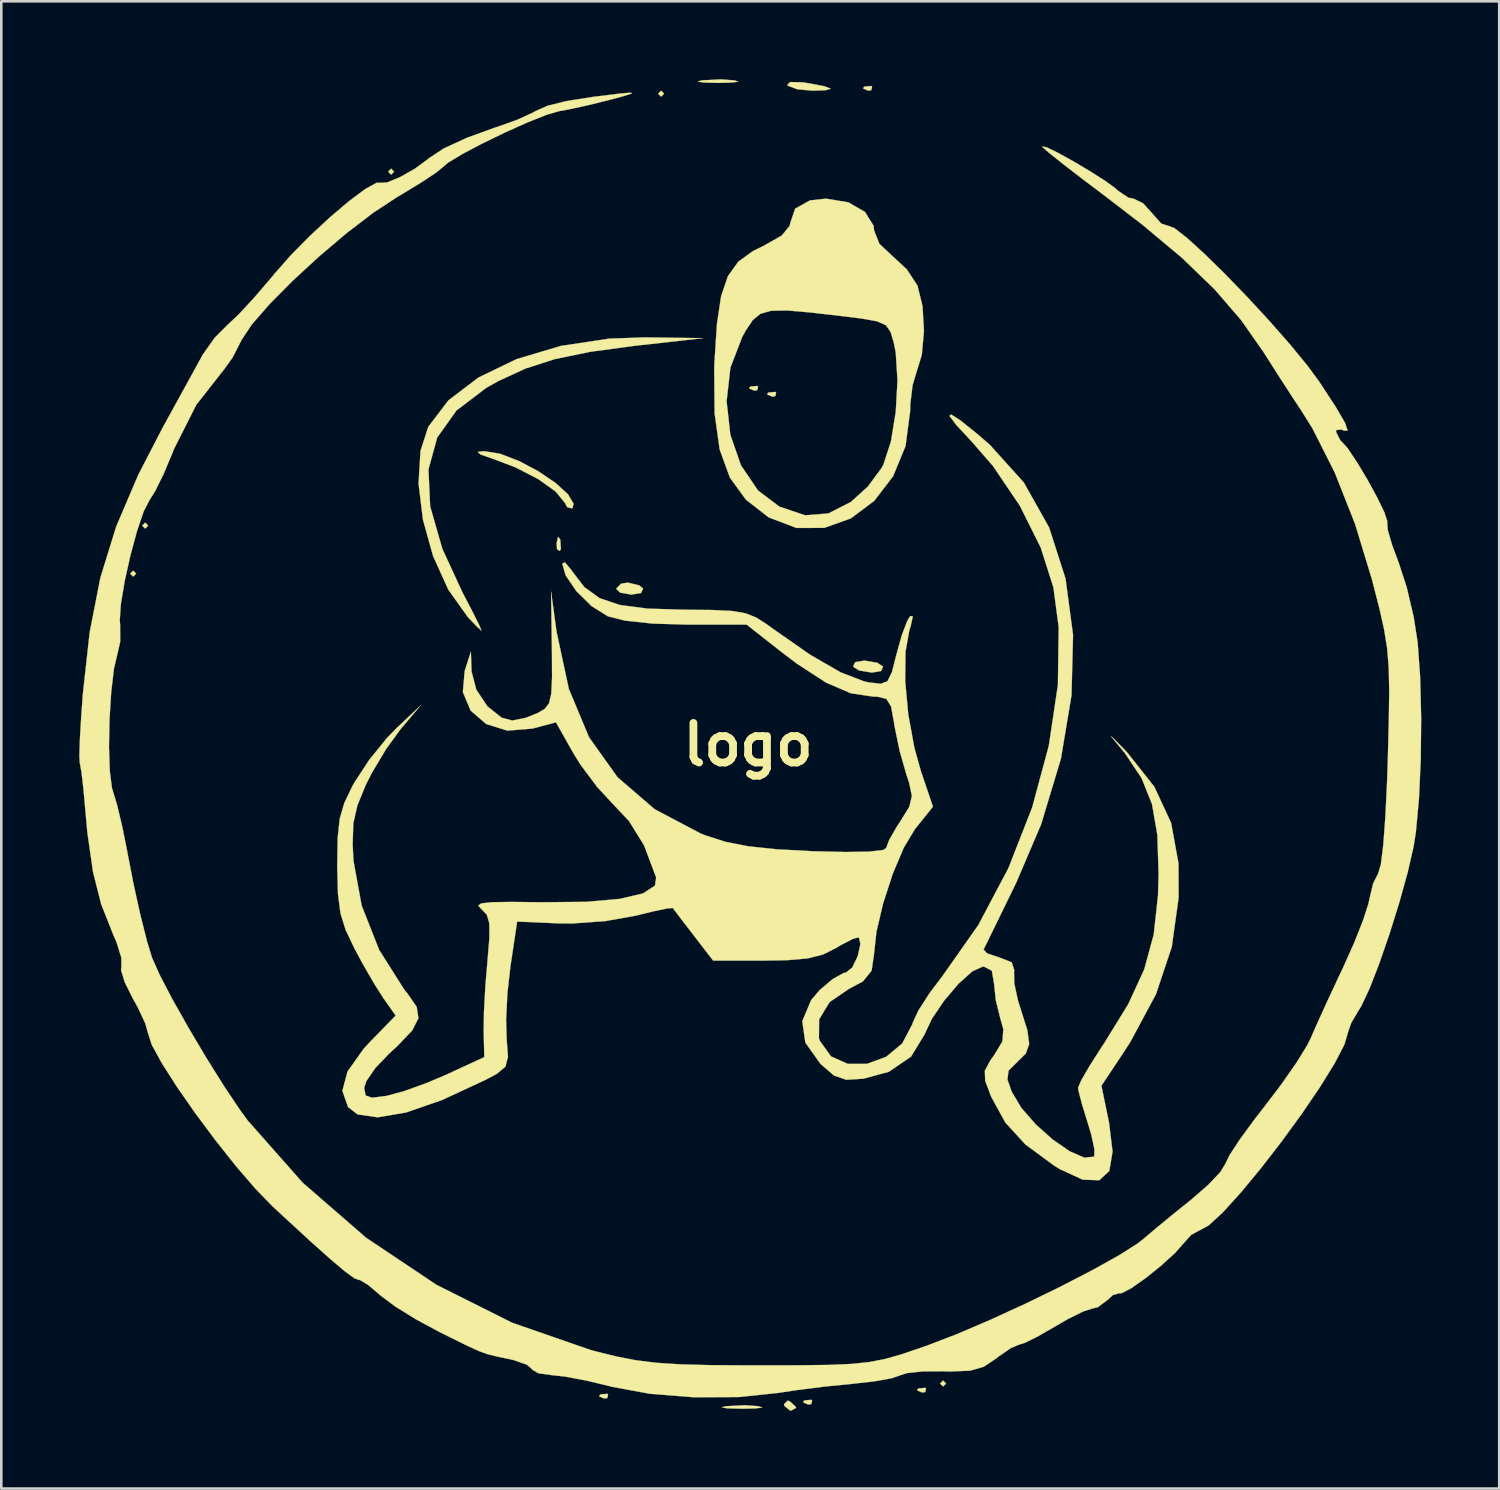
<source format=kicad_pcb>
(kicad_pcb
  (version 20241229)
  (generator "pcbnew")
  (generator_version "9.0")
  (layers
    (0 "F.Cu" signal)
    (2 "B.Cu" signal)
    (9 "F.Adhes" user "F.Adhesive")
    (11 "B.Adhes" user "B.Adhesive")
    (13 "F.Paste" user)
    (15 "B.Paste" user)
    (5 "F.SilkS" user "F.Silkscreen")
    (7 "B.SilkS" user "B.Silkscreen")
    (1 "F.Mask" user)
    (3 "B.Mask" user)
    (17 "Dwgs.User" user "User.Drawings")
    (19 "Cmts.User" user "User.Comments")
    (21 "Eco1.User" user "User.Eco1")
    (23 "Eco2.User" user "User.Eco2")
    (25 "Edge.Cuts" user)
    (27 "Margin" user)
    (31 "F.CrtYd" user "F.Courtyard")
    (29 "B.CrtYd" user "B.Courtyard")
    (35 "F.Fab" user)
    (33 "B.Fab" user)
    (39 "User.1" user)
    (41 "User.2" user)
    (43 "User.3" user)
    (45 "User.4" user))
  (footprint "logo"
    (layer "F.Cu")
    (at 25.744 25.609)
    (property "Reference" "logo" (at 0 0 0) (layer "F.SilkS") (effects (font (size 1.524 1.524) (thickness 0.3))))
    (attr through_hole)
    (fp_poly (pts (xy -23.553 -6.581) (xy -23.668 -6.465) (xy -23.784 -6.581) (xy -23.668 -6.696) (xy -23.553 -6.581)) (stroke (width 0.01) (type solid)) (fill yes) (layer "F.SilkS"))
    (fp_poly (pts (xy -23.091 -8.428) (xy -23.206 -8.313) (xy -23.322 -8.428) (xy -23.206 -8.544) (xy -23.091 -8.428)) (stroke (width 0.01) (type solid)) (fill yes) (layer "F.SilkS"))
    (fp_poly (pts (xy -13.624 -22.052) (xy -13.739 -21.936) (xy -13.855 -22.052) (xy -13.739 -22.167) (xy -13.624 -22.052)) (stroke (width 0.01) (type solid)) (fill yes) (layer "F.SilkS"))
    (fp_poly (pts (xy -3.233 -25.054) (xy -3.348 -24.938) (xy -3.464 -25.054) (xy -3.348 -25.169) (xy -3.233 -25.054)) (stroke (width 0.01) (type solid)) (fill yes) (layer "F.SilkS"))
    (fp_poly (pts (xy 7.62 24.592) (xy 7.505 24.707) (xy 7.389 24.592) (xy 7.505 24.476) (xy 7.62 24.592)) (stroke (width 0.01) (type solid)) (fill yes) (layer "F.SilkS"))
    (fp_poly (pts (xy -7.231 -7.894) (xy -7.204 -7.533) (xy -7.25 -7.452) (xy -7.355 -7.52) (xy -7.371 -7.755) (xy -7.314 -8.001) (xy -7.231 -7.894)) (stroke (width 0.01) (type solid)) (fill yes) (layer "F.SilkS"))
    (fp_poly (pts (xy -5.388 25.015) (xy -5.42 25.152) (xy -5.542 25.169) (xy -5.732 25.085) (xy -5.696 25.015) (xy -5.422 24.988) (xy -5.388 25.015)) (stroke (width 0.01) (type solid)) (fill yes) (layer "F.SilkS"))
    (fp_poly (pts (xy 0.385 -13.778) (xy 0.353 -13.64) (xy 0.231 -13.624) (xy 0.041 -13.708) (xy 0.077 -13.778) (xy 0.351 -13.805) (xy 0.385 -13.778)) (stroke (width 0.01) (type solid)) (fill yes) (layer "F.SilkS"))
    (fp_poly (pts (xy 1.078 -13.547) (xy 1.046 -13.409) (xy 0.924 -13.393) (xy 0.734 -13.477) (xy 0.77 -13.547) (xy 1.044 -13.574) (xy 1.078 -13.547)) (stroke (width 0.01) (type solid)) (fill yes) (layer "F.SilkS"))
    (fp_poly (pts (xy 2.463 25.246) (xy 2.431 25.383) (xy 2.309 25.4) (xy 2.119 25.316) (xy 2.155 25.246) (xy 2.429 25.218) (xy 2.463 25.246)) (stroke (width 0.01) (type solid)) (fill yes) (layer "F.SilkS"))
    (fp_poly (pts (xy 4.772 -25.323) (xy 4.74 -25.186) (xy 4.618 -25.169) (xy 4.428 -25.254) (xy 4.464 -25.323) (xy 4.738 -25.351) (xy 4.772 -25.323)) (stroke (width 0.01) (type solid)) (fill yes) (layer "F.SilkS"))
    (fp_poly (pts (xy 6.85 24.784) (xy 6.819 24.922) (xy 6.696 24.938) (xy 6.506 24.854) (xy 6.542 24.784) (xy 6.816 24.757) (xy 6.85 24.784)) (stroke (width 0.01) (type solid)) (fill yes) (layer "F.SilkS"))
    (fp_poly (pts (xy -4.19 -6.129) (xy -4.041 -6.004) (xy -4.123 -5.832) (xy -4.489 -5.773) (xy -4.93 -5.85) (xy -5.08 -6.004) (xy -4.887 -6.193) (xy -4.632 -6.235) (xy -4.19 -6.129)) (stroke (width 0.01) (type solid)) (fill yes) (layer "F.SilkS"))
    (fp_poly (pts (xy -0.52 -25.565) (xy -0.376 -25.515) (xy -0.639 -25.48) (xy -1.155 -25.469) (xy -1.725 -25.484) (xy -1.938 -25.521) (xy -1.79 -25.565) (xy -1.044 -25.604) (xy -0.52 -25.565)) (stroke (width 0.01) (type solid)) (fill yes) (layer "F.SilkS"))
    (fp_poly (pts (xy 0.404 25.466) (xy 0.547 25.516) (xy 0.285 25.551) (xy -0.231 25.562) (xy -0.801 25.547) (xy -1.015 25.51) (xy -0.866 25.466) (xy -0.12 25.427) (xy 0.404 25.466)) (stroke (width 0.01) (type solid)) (fill yes) (layer "F.SilkS"))
    (fp_poly (pts (xy 1.616 25.285) (xy 1.837 25.492) (xy 1.847 25.529) (xy 1.669 25.628) (xy 1.616 25.631) (xy 1.394 25.453) (xy 1.385 25.386) (xy 1.527 25.248) (xy 1.616 25.285)) (stroke (width 0.01) (type solid)) (fill yes) (layer "F.SilkS"))
    (fp_poly (pts (xy 4.97 -3.15) (xy 5.195 -3.002) (xy 5.115 -2.83) (xy 4.761 -2.771) (xy 4.267 -2.854) (xy 4.041 -3.002) (xy 4.122 -3.174) (xy 4.475 -3.233) (xy 4.97 -3.15)) (stroke (width 0.01) (type solid)) (fill yes) (layer "F.SilkS"))
    (fp_poly (pts (xy 2.082 -25.492) (xy 2.246 -25.469) (xy 2.937 -25.341) (xy 3.183 -25.245) (xy 2.98 -25.185) (xy 2.477 -25.169) (xy 1.891 -25.224) (xy 1.533 -25.359) (xy 1.509 -25.386) (xy 1.613 -25.501) (xy 2.082 -25.492)) (stroke (width 0.01) (type solid)) (fill yes) (layer "F.SilkS"))
    (fp_poly (pts (xy -9.545 -11.194) (xy -8.819 -10.916) (xy -8.079 -10.523) (xy -7.417 -10.075) (xy -6.931 -9.635) (xy -6.715 -9.265) (xy -6.767 -9.089) (xy -6.958 -9.135) (xy -7.06 -9.314) (xy -7.406 -9.739) (xy -8.073 -10.215) (xy -8.941 -10.665) (xy -9.773 -10.982) (xy -10.302 -11.167) (xy -10.406 -11.265) (xy -10.16 -11.294) (xy -9.545 -11.194)) (stroke (width 0.01) (type solid)) (fill yes) (layer "F.SilkS"))
    (fp_poly (pts (xy -1.732 -15.644) (xy -4.387 -15.346) (xy -6.078 -15.118) (xy -7.432 -14.839) (xy -8.572 -14.473) (xy -9.625 -13.986) (xy -10.078 -13.732) (xy -11.225 -12.859) (xy -11.967 -11.816) (xy -12.303 -10.59) (xy -12.237 -9.168) (xy -11.769 -7.537) (xy -10.99 -5.849) (xy -10.618 -5.137) (xy -10.358 -4.617) (xy -10.26 -4.39) (xy -10.262 -4.387) (xy -10.433 -4.537) (xy -10.779 -4.898) (xy -10.787 -4.907) (xy -11.541 -5.967) (xy -12.125 -7.257) (xy -12.515 -8.657) (xy -12.684 -10.046) (xy -12.609 -11.306) (xy -12.31 -12.232) (xy -11.534 -13.251) (xy -10.38 -14.128) (xy -8.916 -14.835) (xy -7.212 -15.344) (xy -5.338 -15.626) (xy -3.971 -15.673) (xy -1.732 -15.644)) (stroke (width 0.01) (type solid)) (fill yes) (layer "F.SilkS"))
    (fp_poly (pts (xy 3.852 -20.873) (xy 4.498 -20.503) (xy 4.828 -19.972) (xy 4.85 -19.787) (xy 5.053 -19.275) (xy 5.538 -18.82) (xy 6.106 -18.295) (xy 6.515 -17.674) (xy 6.519 -17.666) (xy 6.713 -16.882) (xy 6.769 -15.924) (xy 6.687 -15.002) (xy 6.489 -14.361) (xy 6.332 -13.839) (xy 6.242 -13.1) (xy 6.235 -12.823) (xy 6.06 -11.49) (xy 5.58 -10.327) (xy 4.857 -9.384) (xy 3.953 -8.706) (xy 2.934 -8.342) (xy 1.862 -8.338) (xy 0.799 -8.742) (xy 0.782 -8.753) (xy -0.081 -9.424) (xy -0.699 -10.271) (xy -1.094 -11.356) (xy -1.289 -12.743) (xy -1.293 -13.214) (xy -0.827 -13.214) (xy -0.684 -11.926) (xy -0.274 -10.747) (xy 0.38 -9.782) (xy 1.202 -9.16) (xy 2.195 -8.825) (xy 3.09 -8.897) (xy 3.954 -9.338) (xy 4.605 -9.926) (xy 5.141 -10.651) (xy 5.209 -10.781) (xy 5.497 -11.665) (xy 5.683 -12.808) (xy 5.75 -14.018) (xy 5.681 -15.099) (xy 5.607 -15.471) (xy 5.484 -15.884) (xy 5.306 -16.139) (xy 4.966 -16.292) (xy 4.354 -16.401) (xy 3.68 -16.484) (xy 2.401 -16.632) (xy 1.496 -16.709) (xy 0.881 -16.697) (xy 0.47 -16.58) (xy 0.18 -16.34) (xy -0.075 -15.961) (xy -0.222 -15.702) (xy -0.681 -14.508) (xy -0.827 -13.214) (xy -1.293 -13.214) (xy -1.304 -14.493) (xy -1.294 -14.734) (xy -1.2 -16.188) (xy -1.039 -17.261) (xy -0.776 -18.034) (xy -0.378 -18.586) (xy 0.188 -18.997) (xy 0.594 -19.196) (xy 1.295 -19.593) (xy 1.606 -19.977) (xy 1.616 -20.054) (xy 1.81 -20.627) (xy 2.38 -20.946) (xy 2.997 -21.013) (xy 3.852 -20.873)) (stroke (width 0.01) (type solid)) (fill yes) (layer "F.SilkS"))
    (fp_poly (pts (xy -4.468 -25.064) (xy -4.828 -24.95) (xy -5.311 -24.82) (xy -6.159 -24.61) (xy -6.936 -24.441) (xy -7.274 -24.381) (xy -7.762 -24.239) (xy -8.496 -23.946) (xy -9.359 -23.559) (xy -10.234 -23.134) (xy -11.005 -22.727) (xy -11.553 -22.395) (xy -11.75 -22.226) (xy -12.005 -22.017) (xy -12.557 -21.651) (xy -13.3 -21.197) (xy -13.527 -21.063) (xy -14.428 -20.471) (xy -15.448 -19.69) (xy -16.507 -18.794) (xy -17.522 -17.859) (xy -18.414 -16.96) (xy -19.101 -16.172) (xy -19.501 -15.569) (xy -19.523 -15.521) (xy -19.844 -14.895) (xy -20.185 -14.419) (xy -20.2 -14.404) (xy -21.241 -13.075) (xy -22.099 -11.374) (xy -22.168 -11.199) (xy -22.5 -10.409) (xy -22.822 -9.757) (xy -23.027 -9.433) (xy -23.259 -8.985) (xy -23.52 -8.22) (xy -23.776 -7.276) (xy -23.994 -6.294) (xy -24.142 -5.413) (xy -24.185 -4.772) (xy -24.171 -4.642) (xy -24.167 -3.958) (xy -24.268 -3.519) (xy -24.409 -2.914) (xy -24.514 -2.017) (xy -24.579 -0.968) (xy -24.599 0.09) (xy -24.569 1.016) (xy -24.485 1.669) (xy -24.448 1.791) (xy -24.285 2.331) (xy -24.089 3.155) (xy -23.901 4.091) (xy -23.89 4.156) (xy -23.656 5.359) (xy -23.396 6.536) (xy -23.144 7.539) (xy -22.945 8.197) (xy -22.65 8.86) (xy -22.162 9.796) (xy -21.543 10.893) (xy -20.86 12.044) (xy -20.176 13.137) (xy -19.557 14.062) (xy -19.256 14.474) (xy -17.148 16.859) (xy -14.703 18.982) (xy -11.991 20.795) (xy -9.083 22.252) (xy -6.05 23.305) (xy -5.875 23.352) (xy -5.066 23.552) (xy -4.319 23.696) (xy -3.533 23.794) (xy -2.61 23.854) (xy -1.449 23.884) (xy 0.05 23.893) (xy 0.462 23.893) (xy 1.969 23.89) (xy 3.109 23.875) (xy 3.975 23.838) (xy 4.662 23.766) (xy 5.264 23.65) (xy 5.875 23.477) (xy 6.589 23.236) (xy 6.927 23.117) (xy 8.036 22.691) (xy 9.312 22.145) (xy 10.664 21.525) (xy 12 20.875) (xy 13.227 20.241) (xy 14.255 19.669) (xy 14.992 19.202) (xy 15.217 19.027) (xy 15.715 18.604) (xy 16.414 18.03) (xy 17.067 17.505) (xy 17.704 16.951) (xy 18.172 16.458) (xy 18.37 16.133) (xy 18.531 15.8) (xy 18.92 15.207) (xy 19.471 14.452) (xy 19.869 13.94) (xy 20.531 13.068) (xy 21.112 12.234) (xy 21.526 11.563) (xy 21.649 11.315) (xy 21.902 10.736) (xy 22.287 9.892) (xy 22.735 8.931) (xy 22.905 8.572) (xy 23.327 7.631) (xy 23.668 6.768) (xy 23.877 6.122) (xy 23.912 5.95) (xy 24.057 5.347) (xy 24.253 4.955) (xy 24.354 4.61) (xy 24.448 3.857) (xy 24.53 2.75) (xy 24.597 1.344) (xy 24.623 0.535) (xy 24.661 -0.95) (xy 24.676 -2.081) (xy 24.657 -2.965) (xy 24.596 -3.71) (xy 24.481 -4.423) (xy 24.305 -5.211) (xy 24.057 -6.183) (xy 24.014 -6.35) (xy 23.364 -8.484) (xy 22.582 -10.466) (xy 21.72 -12.173) (xy 21.262 -12.903) (xy 20.941 -13.388) (xy 20.466 -14.121) (xy 19.933 -14.958) (xy 19.834 -15.113) (xy 18.974 -16.341) (xy 17.956 -17.521) (xy 16.713 -18.722) (xy 15.176 -20.01) (xy 13.797 -21.069) (xy 12.885 -21.757) (xy 12.124 -22.344) (xy 11.581 -22.778) (xy 11.326 -23.005) (xy 11.315 -23.023) (xy 11.489 -22.99) (xy 11.936 -22.773) (xy 12.541 -22.438) (xy 13.188 -22.053) (xy 13.763 -21.685) (xy 14.15 -21.401) (xy 14.226 -21.326) (xy 14.637 -21.05) (xy 14.835 -21.013) (xy 15.203 -20.835) (xy 15.57 -20.428) (xy 15.898 -20.056) (xy 16.157 -19.97) (xy 16.161 -19.972) (xy 16.413 -19.876) (xy 16.905 -19.491) (xy 17.577 -18.878) (xy 18.369 -18.1) (xy 19.222 -17.219) (xy 20.074 -16.295) (xy 20.866 -15.393) (xy 21.539 -14.572) (xy 21.994 -13.952) (xy 22.618 -12.997) (xy 22.975 -12.385) (xy 23.076 -12.088) (xy 22.935 -12.08) (xy 22.86 -12.123) (xy 22.647 -12.112) (xy 22.629 -12.035) (xy 22.796 -11.704) (xy 22.83 -11.679) (xy 23.076 -11.406) (xy 23.434 -10.872) (xy 23.836 -10.201) (xy 24.211 -9.515) (xy 24.49 -8.938) (xy 24.604 -8.591) (xy 24.598 -8.553) (xy 24.62 -8.26) (xy 24.79 -7.677) (xy 25.038 -7.011) (xy 25.352 -6.048) (xy 25.622 -4.892) (xy 25.772 -3.922) (xy 25.868 -2.571) (xy 25.906 -1.024) (xy 25.89 0.576) (xy 25.821 2.086) (xy 25.703 3.36) (xy 25.615 3.925) (xy 25.387 4.918) (xy 25.066 6.075) (xy 24.688 7.283) (xy 24.294 8.425) (xy 23.92 9.388) (xy 23.606 10.056) (xy 23.52 10.196) (xy 23.22 10.7) (xy 23.091 11.065) (xy 23.091 11.071) (xy 22.953 11.542) (xy 22.575 12.27) (xy 22.011 13.181) (xy 21.315 14.205) (xy 20.54 15.27) (xy 19.74 16.304) (xy 18.969 17.236) (xy 18.281 17.995) (xy 17.728 18.507) (xy 17.367 18.703) (xy 17.358 18.704) (xy 17.049 18.874) (xy 16.794 19.159) (xy 16.433 19.567) (xy 15.897 20.055) (xy 15.301 20.535) (xy 14.758 20.918) (xy 14.383 21.114) (xy 14.296 21.116) (xy 14.041 21.185) (xy 13.852 21.362) (xy 13.461 21.654) (xy 13.252 21.705) (xy 12.893 21.82) (xy 12.299 22.115) (xy 11.812 22.398) (xy 11.156 22.777) (xy 10.644 23.029) (xy 10.441 23.091) (xy 10.113 23.227) (xy 9.628 23.562) (xy 9.543 23.63) (xy 9.072 23.946) (xy 8.542 24.098) (xy 7.776 24.128) (xy 7.505 24.121) (xy 6.722 24.126) (xy 6.117 24.189) (xy 5.869 24.271) (xy 5.525 24.389) (xy 4.863 24.508) (xy 4.026 24.602) (xy 4.022 24.602) (xy 2.963 24.708) (xy 1.868 24.846) (xy 1.17 24.952) (xy -0.368 25.113) (xy -2.084 25.122) (xy -3.775 24.988) (xy -5.237 24.719) (xy -5.311 24.699) (xy -6.214 24.481) (xy -7.051 24.324) (xy -7.562 24.268) (xy -8.073 24.197) (xy -8.311 24.056) (xy -8.313 24.04) (xy -8.515 23.867) (xy -9.016 23.692) (xy -9.179 23.654) (xy -9.67 23.552) (xy -10.016 23.467) (xy -10.34 23.352) (xy -10.768 23.157) (xy -11.423 22.835) (xy -11.892 22.602) (xy -12.776 22.126) (xy -13.581 21.628) (xy -14.142 21.209) (xy -14.168 21.185) (xy -14.623 20.8) (xy -14.935 20.61) (xy -14.976 20.605) (xy -15.147 20.545) (xy -15.494 20.295) (xy -16.053 19.825) (xy -16.86 19.104) (xy -17.952 18.099) (xy -18.296 17.78) (xy -18.958 17.1) (xy -19.716 16.219) (xy -20.512 15.215) (xy -21.291 14.169) (xy -21.995 13.157) (xy -22.567 12.26) (xy -22.952 11.556) (xy -23.091 11.126) (xy -23.202 10.734) (xy -23.485 10.126) (xy -23.68 9.773) (xy -23.991 9.152) (xy -24.135 8.678) (xy -24.121 8.53) (xy -24.126 8.197) (xy -24.304 7.62) (xy -24.453 7.272) (xy -24.9 6.144) (xy -25.216 4.892) (xy -25.432 3.381) (xy -25.505 2.57) (xy -25.581 1.725) (xy -25.656 1.072) (xy -25.716 0.736) (xy -25.722 0.722) (xy -25.739 0.446) (xy -25.72 -0.189) (xy -25.668 -1.084) (xy -25.606 -1.937) (xy -25.342 -4.326) (xy -24.93 -6.424) (xy -24.323 -8.39) (xy -23.472 -10.383) (xy -22.538 -12.19) (xy -22.004 -13.162) (xy -21.514 -14.053) (xy -21.136 -14.742) (xy -20.983 -15.021) (xy -20.527 -15.663) (xy -20.027 -16.163) (xy -19.607 -16.558) (xy -19.017 -17.195) (xy -18.369 -17.95) (xy -18.233 -18.116) (xy -17.598 -18.838) (xy -16.854 -19.591) (xy -16.077 -20.311) (xy -15.341 -20.933) (xy -14.722 -21.392) (xy -14.296 -21.625) (xy -14.156 -21.622) (xy -13.888 -21.638) (xy -13.395 -21.844) (xy -12.828 -22.164) (xy -12.339 -22.521) (xy -12.289 -22.566) (xy -11.724 -22.94) (xy -10.829 -23.354) (xy -9.728 -23.753) (xy -9.583 -23.799) (xy -8.873 -24.054) (xy -8.287 -24.323) (xy -8.197 -24.376) (xy -7.73 -24.585) (xy -7.005 -24.766) (xy -5.945 -24.934) (xy -4.965 -25.053) (xy -4.521 -25.094) (xy -4.468 -25.064)) (stroke (width 0.01) (type solid)) (fill yes) (layer "F.SilkS"))
    (fp_poly (pts (xy 8.172 -12.477) (xy 8.814 -11.963) (xy 9.298 -11.545) (xy 10.612 -10.088) (xy 11.587 -8.354) (xy 12.219 -6.384) (xy 12.507 -4.218) (xy 12.448 -1.893) (xy 12.039 0.549) (xy 11.278 3.07) (xy 10.322 5.311) (xy 9.851 6.277) (xy 9.455 7.088) (xy 9.177 7.656) (xy 9.062 7.888) (xy 9.199 8.036) (xy 9.642 8.185) (xy 9.661 8.189) (xy 10.147 8.38) (xy 10.247 8.689) (xy 10.236 8.741) (xy 10.245 9.193) (xy 10.391 9.865) (xy 10.488 10.171) (xy 10.749 10.994) (xy 10.819 11.523) (xy 10.691 11.889) (xy 10.354 12.222) (xy 10.349 12.226) (xy 10.023 12.551) (xy 9.982 12.891) (xy 10.145 13.357) (xy 10.517 13.983) (xy 11.077 14.624) (xy 11.731 15.207) (xy 12.384 15.656) (xy 12.942 15.899) (xy 13.31 15.86) (xy 13.324 15.847) (xy 13.33 15.575) (xy 13.208 15.013) (xy 13.076 14.571) (xy 12.862 13.879) (xy 12.726 13.364) (xy 12.7 13.207) (xy 12.821 12.925) (xy 13.141 12.372) (xy 13.598 11.654) (xy 13.717 11.476) (xy 14.631 9.99) (xy 15.247 8.653) (xy 15.612 7.309) (xy 15.777 5.805) (xy 15.8 4.965) (xy 15.751 3.474) (xy 15.547 2.295) (xy 15.144 1.289) (xy 14.497 0.32) (xy 14.123 -0.13) (xy 13.964 -0.326) (xy 14.091 -0.213) (xy 14.475 0.181) (xy 14.605 0.318) (xy 15.638 1.627) (xy 16.28 3.01) (xy 16.566 4.57) (xy 16.571 5.888) (xy 16.307 7.788) (xy 15.701 9.602) (xy 14.712 11.445) (xy 14.469 11.821) (xy 13.599 13.131) (xy 13.891 14.544) (xy 14.028 15.664) (xy 13.903 16.407) (xy 13.518 16.768) (xy 12.879 16.746) (xy 11.99 16.337) (xy 11.776 16.204) (xy 10.671 15.389) (xy 9.903 14.55) (xy 9.36 13.562) (xy 9.345 13.528) (xy 9.124 12.937) (xy 9.112 12.551) (xy 9.324 12.155) (xy 9.467 11.958) (xy 9.79 11.422) (xy 9.823 10.95) (xy 9.716 10.573) (xy 9.533 9.838) (xy 9.467 9.202) (xy 9.381 8.705) (xy 9.08 8.545) (xy 9.033 8.544) (xy 8.63 8.727) (xy 8.104 9.2) (xy 7.553 9.846) (xy 7.075 10.552) (xy 6.775 11.185) (xy 6.271 12.011) (xy 5.417 12.593) (xy 4.436 12.861) (xy 3.774 12.9) (xy 3.302 12.735) (xy 2.784 12.287) (xy 2.782 12.285) (xy 2.203 11.468) (xy 2.085 10.645) (xy 2.428 9.831) (xy 2.753 9.45) (xy 3.256 9.023) (xy 3.68 8.789) (xy 3.765 8.775) (xy 4.008 8.581) (xy 4.22 8.143) (xy 4.322 7.678) (xy 4.264 7.42) (xy 4.036 7.476) (xy 3.569 7.718) (xy 3.391 7.825) (xy 2.884 8.08) (xy 2.295 8.23) (xy 1.487 8.299) (xy 0.627 8.313) (xy -1.347 8.313) (xy -2.103 7.331) (xy -2.531 6.774) (xy -2.821 6.391) (xy -2.896 6.288) (xy -3.12 6.309) (xy -3.666 6.423) (xy -4.343 6.588) (xy -5.5 6.794) (xy -6.78 6.886) (xy -7.321 6.88) (xy -8.89 6.812) (xy -9.149 8.544) (xy -9.264 9.57) (xy -9.315 10.585) (xy -9.292 11.352) (xy -9.242 12.015) (xy -9.34 12.398) (xy -9.68 12.677) (xy -10.119 12.91) (xy -11.78 13.68) (xy -13.165 14.16) (xy -14.256 14.346) (xy -15.033 14.233) (xy -15.398 13.951) (xy -15.616 13.324) (xy -15.418 12.583) (xy -14.797 11.708) (xy -14.503 11.391) (xy -13.565 10.429) (xy -14.027 9.775) (xy -14.391 9.204) (xy -14.842 8.422) (xy -15.149 7.851) (xy -15.49 7.135) (xy -15.69 6.491) (xy -15.786 5.747) (xy -15.814 4.731) (xy -15.814 4.618) (xy -15.797 3.586) (xy -15.718 2.851) (xy -15.543 2.248) (xy -15.239 1.613) (xy -15.158 1.467) (xy -14.593 0.602) (xy -13.898 -0.257) (xy -13.555 -0.611) (xy -12.61 -1.501) (xy -13.382 -0.588) (xy -13.934 0.172) (xy -14.483 1.091) (xy -14.726 1.574) (xy -15.041 2.349) (xy -15.195 3.037) (xy -15.221 3.846) (xy -15.189 4.471) (xy -14.875 6.193) (xy -14.198 7.906) (xy -13.23 9.437) (xy -13.092 9.606) (xy -12.753 10.1) (xy -12.689 10.533) (xy -12.929 11.003) (xy -13.505 11.608) (xy -13.797 11.874) (xy -14.338 12.436) (xy -14.694 12.953) (xy -14.778 13.214) (xy -14.722 13.506) (xy -14.47 13.592) (xy -13.912 13.52) (xy -13.242 13.339) (xy -12.366 13.023) (xy -11.6 12.697) (xy -10.154 12.029) (xy -10.178 11.037) (xy -10.167 10.291) (xy -10.113 9.305) (xy -10.032 8.334) (xy -9.957 7.433) (xy -9.961 6.875) (xy -10.058 6.546) (xy -10.263 6.331) (xy -10.275 6.322) (xy -10.387 6.195) (xy -10.271 6.112) (xy -9.868 6.067) (xy -9.121 6.055) (xy -7.972 6.068) (xy -7.942 6.068) (xy -6.236 6.052) (xy -4.932 5.937) (xy -4.044 5.728) (xy -3.585 5.427) (xy -3.539 5.113) (xy -4.007 3.873) (xy -4.59 2.935) (xy -5.165 2.327) (xy -5.808 1.634) (xy -6.448 0.776) (xy -6.727 0.328) (xy -7.396 -0.858) (xy -8.301 -0.616) (xy -9.261 -0.537) (xy -10.08 -0.791) (xy -10.68 -1.309) (xy -10.979 -2.023) (xy -10.908 -2.836) (xy -10.669 -3.579) (xy -10.645 -2.818) (xy -10.462 -2.116) (xy -10.035 -1.474) (xy -9.485 -1.035) (xy -9.074 -0.927) (xy -8.555 -1.032) (xy -8.091 -1.218) (xy -7.828 -1.375) (xy -7.663 -1.589) (xy -7.576 -1.957) (xy -7.546 -2.579) (xy -7.551 -3.551) (xy -7.553 -3.697) (xy -7.583 -5.888) (xy -7.373 -4.346) (xy -6.9 -2.143) (xy -6.12 -0.279) (xy -5.023 1.259) (xy -3.597 2.487) (xy -1.832 3.419) (xy -1.65 3.491) (xy -0.875 3.741) (xy 0.011 3.915) (xy 1.126 4.032) (xy 2.482 4.104) (xy 3.749 4.134) (xy 4.667 4.118) (xy 5.195 4.057) (xy 5.311 3.986) (xy 5.431 3.668) (xy 5.733 3.144) (xy 5.868 2.938) (xy 6.205 2.393) (xy 6.304 1.975) (xy 6.193 1.454) (xy 6.091 1.147) (xy 5.834 0.249) (xy 5.638 -0.699) (xy 5.618 -0.835) (xy 5.503 -1.465) (xy 5.322 -1.76) (xy 4.976 -1.844) (xy 4.81 -1.847) (xy 3.953 -1.976) (xy 2.999 -2.387) (xy 1.874 -3.117) (xy 1.3 -3.553) (xy -0.056 -4.618) (xy -2.344 -4.618) (xy -3.682 -4.658) (xy -4.737 -4.771) (xy -5.399 -4.938) (xy -6.026 -5.331) (xy -6.609 -5.905) (xy -7.024 -6.516) (xy -7.152 -6.963) (xy -7.049 -7.013) (xy -6.806 -6.724) (xy -6.769 -6.667) (xy -6.301 -6.06) (xy -5.719 -5.638) (xy -4.938 -5.373) (xy -3.87 -5.234) (xy -2.492 -5.192) (xy -1.387 -5.181) (xy -0.628 -5.144) (xy -0.099 -5.055) (xy 0.315 -4.889) (xy 0.732 -4.622) (xy 0.972 -4.447) (xy 2.404 -3.448) (xy 3.56 -2.782) (xy 4.464 -2.433) (xy 4.658 -2.392) (xy 5.104 -2.341) (xy 5.364 -2.439) (xy 5.535 -2.786) (xy 5.713 -3.482) (xy 5.715 -3.489) (xy 5.918 -4.218) (xy 6.129 -4.767) (xy 6.24 -4.947) (xy 6.34 -4.937) (xy 6.257 -4.557) (xy 6.209 -4.414) (xy 6.058 -3.573) (xy 6.047 -2.44) (xy 6.165 -1.16) (xy 6.4 0.124) (xy 6.652 1.023) (xy 7.114 2.391) (xy 6.423 3.251) (xy 5.993 3.967) (xy 5.566 4.977) (xy 5.196 6.115) (xy 4.938 7.214) (xy 4.846 8.066) (xy 4.755 8.7) (xy 4.417 9.116) (xy 3.88 9.404) (xy 3.137 9.91) (xy 2.734 10.575) (xy 2.727 11.302) (xy 2.761 11.403) (xy 3.192 12.001) (xy 3.835 12.289) (xy 4.579 12.287) (xy 5.314 12.018) (xy 5.932 11.503) (xy 6.322 10.762) (xy 6.338 10.703) (xy 6.554 10.236) (xy 6.981 9.571) (xy 7.492 8.893) (xy 8.864 6.94) (xy 10.019 4.755) (xy 10.931 2.427) (xy 11.574 0.046) (xy 11.924 -2.298) (xy 11.955 -4.515) (xy 11.751 -6.05) (xy 11.262 -7.585) (xy 10.459 -9.193) (xy 9.429 -10.717) (xy 8.606 -11.664) (xy 8.011 -12.304) (xy 7.752 -12.651) (xy 7.812 -12.708) (xy 8.172 -12.477)) (stroke (width 0.01) (type solid)) (fill yes) (layer "F.SilkS")))
  (gr_rect
    (start -3 -3)
    (end 54.655 54.245)
    (stroke (width 0.1) (type default))
    (fill no)
    (layer "Edge.Cuts")))
</source>
